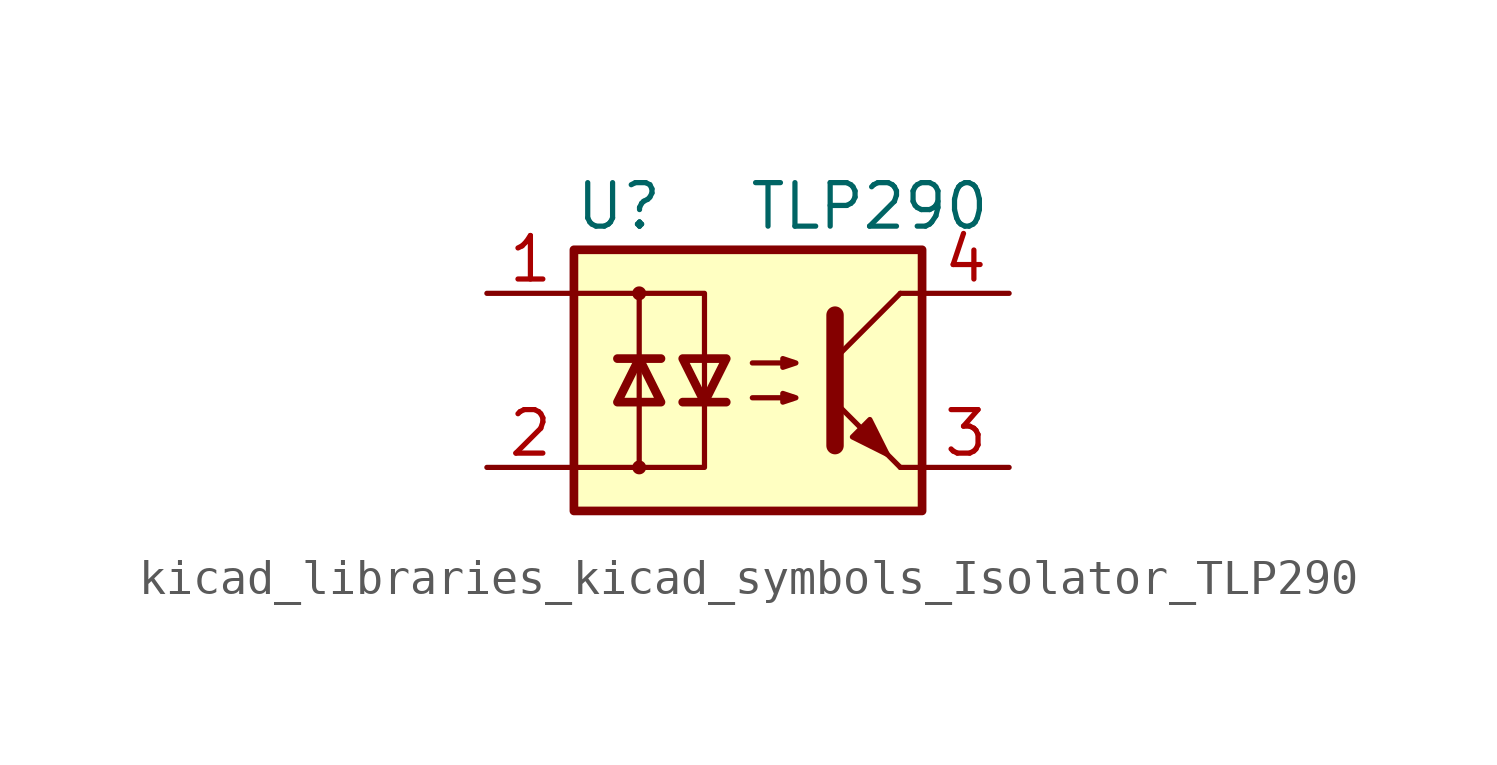
<source format=kicad_sym>
(kicad_symbol_lib
  (version 20220914)
  (generator kicad_symbol_editor)
  (symbol "kicad_libraries_kicad_symbols_Isolator_TLP290"
    (pin_names
      (offset 1.016))
    (property "Reference" "U"
      (at -5.08 5.08 0)
      (effects (font (size 1.27 1.27)) (justify left)))
    (property "Value" "TLP290"
      (at 0 5.08 0)
      (effects (font (size 1.27 1.27)) (justify left)))
    (symbol "kicad_libraries_kicad_symbols_Isolator_TLP290_0_1"
      (rectangle (start -5.08 3.81) (end 5.08 -3.81) (stroke (width 0.254) (type default)) (fill (type background)))
      (circle (center -3.175 -2.54) (radius 0.127) (stroke (width 0) (type default)) (fill (type none)))
      (circle (center -3.175 2.54) (radius 0.127) (stroke (width 0) (type default)) (fill (type none)))
      (polyline (pts (xy -3.81 0.635) (xy -2.54 0.635)) (stroke (width 0.254) (type default)) (fill (type none)))
      (polyline (pts (xy -3.175 -0.635) (xy -3.175 -2.54)) (stroke (width 0) (type default)) (fill (type none)))
      (polyline (pts (xy -3.175 -0.635) (xy -3.175 2.54)) (stroke (width 0) (type default)) (fill (type none)))
      (polyline (pts (xy -1.905 -0.635) (xy -0.635 -0.635)) (stroke (width 0.254) (type default)) (fill (type none)))
      (polyline (pts (xy 2.54 0.635) (xy 4.445 2.54)) (stroke (width 0) (type default)) (fill (type none)))
      (polyline (pts (xy 4.445 -2.54) (xy 2.54 -0.635)) (stroke (width 0) (type default)) (fill (type outline)))
      (polyline (pts (xy 4.445 -2.54) (xy 5.08 -2.54)) (stroke (width 0) (type default)) (fill (type none)))
      (polyline (pts (xy 4.445 2.54) (xy 5.08 2.54)) (stroke (width 0) (type default)) (fill (type none)))
      (polyline (pts (xy -5.08 2.54) (xy -1.27 2.54) (xy -1.27 -0.635)) (stroke (width 0) (type default)) (fill (type none)))
      (polyline (pts (xy -1.27 -0.635) (xy -1.27 -2.54) (xy -5.08 -2.54)) (stroke (width 0) (type default)) (fill (type none)))
      (polyline (pts (xy 2.54 1.905) (xy 2.54 -1.905) (xy 2.54 -1.905)) (stroke (width 0.508) (type default)) (fill (type none)))
      (polyline (pts (xy -3.175 0.635) (xy -3.81 -0.635) (xy -2.54 -0.635) (xy -3.175 0.635)) (stroke (width 0.254) (type default)) (fill (type none)))
      (polyline (pts (xy -1.27 -0.635) (xy -1.905 0.635) (xy -0.635 0.635) (xy -1.27 -0.635)) (stroke (width 0.254) (type default)) (fill (type none)))
      (polyline (pts (xy 0.127 -0.508) (xy 1.397 -0.508) (xy 1.016 -0.635) (xy 1.016 -0.381) (xy 1.397 -0.508)) (stroke (width 0) (type default)) (fill (type none)))
      (polyline (pts (xy 0.127 0.508) (xy 1.397 0.508) (xy 1.016 0.381) (xy 1.016 0.635) (xy 1.397 0.508)) (stroke (width 0) (type default)) (fill (type none)))
      (polyline (pts (xy 3.048 -1.651) (xy 3.556 -1.143) (xy 4.064 -2.159) (xy 3.048 -1.651) (xy 3.048 -1.651)) (stroke (width 0) (type default)) (fill (type outline))))
    (symbol "kicad_libraries_kicad_symbols_Isolator_TLP290_1_1"
      (pin passive line (at -7.62 2.54 0) (length 2.54) (name "~" (effects (font (size 1.27 1.27)))) (number "1" (effects (font (size 1.27 1.27)))))
      (pin passive line (at -7.62 -2.54 0) (length 2.54) (name "~" (effects (font (size 1.27 1.27)))) (number "2" (effects (font (size 1.27 1.27)))))
      (pin passive line (at 7.62 -2.54 180) (length 2.54) (name "~" (effects (font (size 1.27 1.27)))) (number "3" (effects (font (size 1.27 1.27)))))
      (pin passive line (at 7.62 2.54 180) (length 2.54) (name "~" (effects (font (size 1.27 1.27)))) (number "4" (effects (font (size 1.27 1.27))))))))
</source>
